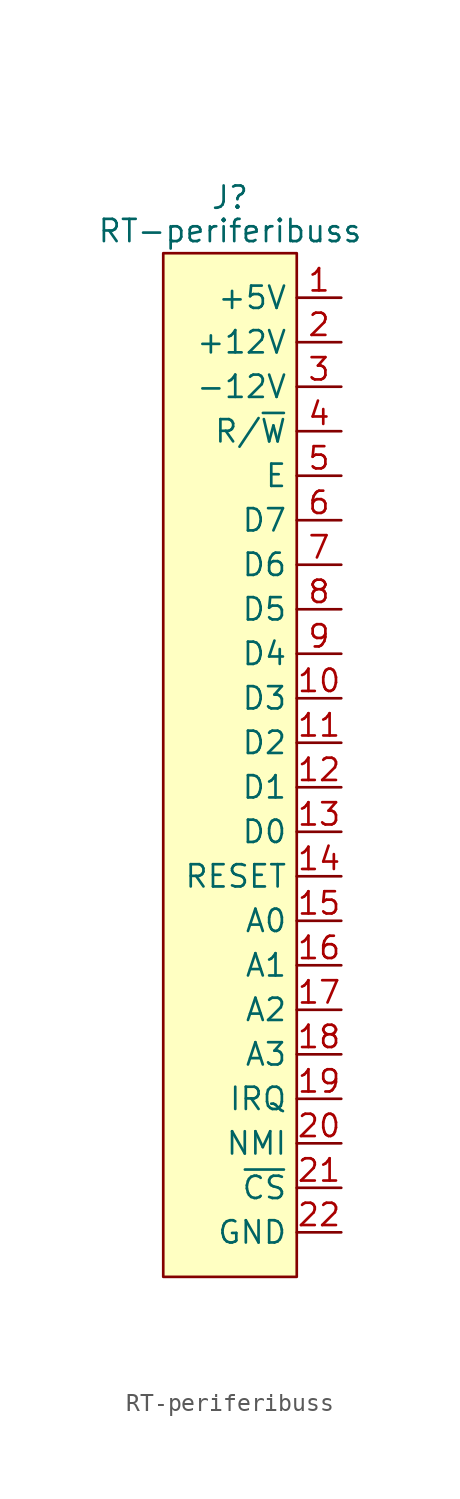
<source format=kicad_sym>
(kicad_symbol_lib
  (version 20220914)
  (generator kicad_symbol_editor)
  (symbol "RT-periferibuss"
    (property "Reference" "J"
      (at 0 32.385 0)
      (effects (font (size 1.27 1.27))))
    (property "Value" "RT-periferibuss"
      (at 0 30.48 0)
      (effects (font (size 1.27 1.27))))
    (symbol "RT-periferibuss_0_0"
      (pin bidirectional line (at 6.35 3.81 180) (length 2.54) (name "D3" (effects (font (size 1.27 1.27)))) (number "10" (effects (font (size 1.27 1.27)))))
      (pin bidirectional line (at 6.35 1.27 180) (length 2.54) (name "D2" (effects (font (size 1.27 1.27)))) (number "11" (effects (font (size 1.27 1.27)))))
      (pin bidirectional line (at 6.35 -1.27 180) (length 2.54) (name "D1" (effects (font (size 1.27 1.27)))) (number "12" (effects (font (size 1.27 1.27)))))
      (pin bidirectional line (at 6.35 -3.81 180) (length 2.54) (name "D0" (effects (font (size 1.27 1.27)))) (number "13" (effects (font (size 1.27 1.27)))))
      (pin output line (at 6.35 -6.35 180) (length 2.54) (name "RESET" (effects (font (size 1.27 1.27)))) (number "14" (effects (font (size 1.27 1.27)))))
      (pin output line (at 6.35 -8.89 180) (length 2.54) (name "A0" (effects (font (size 1.27 1.27)))) (number "15" (effects (font (size 1.27 1.27)))))
      (pin output line (at 6.35 -11.43 180) (length 2.54) (name "A1" (effects (font (size 1.27 1.27)))) (number "16" (effects (font (size 1.27 1.27)))))
      (pin output line (at 6.35 -13.97 180) (length 2.54) (name "A2" (effects (font (size 1.27 1.27)))) (number "17" (effects (font (size 1.27 1.27)))))
      (pin output line (at 6.35 -16.51 180) (length 2.54) (name "A3" (effects (font (size 1.27 1.27)))) (number "18" (effects (font (size 1.27 1.27)))))
      (pin bidirectional line (at 6.35 -19.05 180) (length 2.54) (name "IRQ" (effects (font (size 1.27 1.27)))) (number "19" (effects (font (size 1.27 1.27)))))
      (pin power_out line (at 6.35 24.13 180) (length 2.54) (name "+12V" (effects (font (size 1.27 1.27)))) (number "2" (effects (font (size 1.27 1.27)))))
      (pin bidirectional line (at 6.35 -21.59 180) (length 2.54) (name "NMI" (effects (font (size 1.27 1.27)))) (number "20" (effects (font (size 1.27 1.27)))))
      (pin output line (at 6.35 -24.13 180) (length 2.54) (name "~{CS}" (effects (font (size 1.27 1.27)))) (number "21" (effects (font (size 1.27 1.27)))))
      (pin power_out line (at 6.35 21.59 180) (length 2.54) (name "-12V" (effects (font (size 1.27 1.27)))) (number "3" (effects (font (size 1.27 1.27)))))
      (pin output line (at 6.35 16.51 180) (length 2.54) (name "E" (effects (font (size 1.27 1.27)))) (number "5" (effects (font (size 1.27 1.27)))))
      (pin bidirectional line (at 6.35 13.97 180) (length 2.54) (name "D7" (effects (font (size 1.27 1.27)))) (number "6" (effects (font (size 1.27 1.27)))))
      (pin bidirectional line (at 6.35 11.43 180) (length 2.54) (name "D6" (effects (font (size 1.27 1.27)))) (number "7" (effects (font (size 1.27 1.27)))))
      (pin bidirectional line (at 6.35 8.89 180) (length 2.54) (name "D5" (effects (font (size 1.27 1.27)))) (number "8" (effects (font (size 1.27 1.27)))))
      (pin bidirectional line (at 6.35 6.35 180) (length 2.54) (name "D4" (effects (font (size 1.27 1.27)))) (number "9" (effects (font (size 1.27 1.27))))))
    (symbol "RT-periferibuss_1_0"
      (pin power_out line (at 6.35 26.67 180) (length 2.54) (name "+5V" (effects (font (size 1.27 1.27)))) (number "1" (effects (font (size 1.27 1.27)))))
      (pin power_out line (at 6.35 -26.67 180) (length 2.54) (name "GND" (effects (font (size 1.27 1.27)))) (number "22" (effects (font (size 1.27 1.27)))))
      (pin output line (at 6.35 19.05 180) (length 2.54) (name "R/~{W}" (effects (font (size 1.27 1.27)))) (number "4" (effects (font (size 1.27 1.27))))))
    (symbol "RT-periferibuss_1_1"
      (rectangle (start -3.81 29.21) (end 3.81 -29.21) (stroke (width 0) (type default)) (fill (type background))))))
</source>
